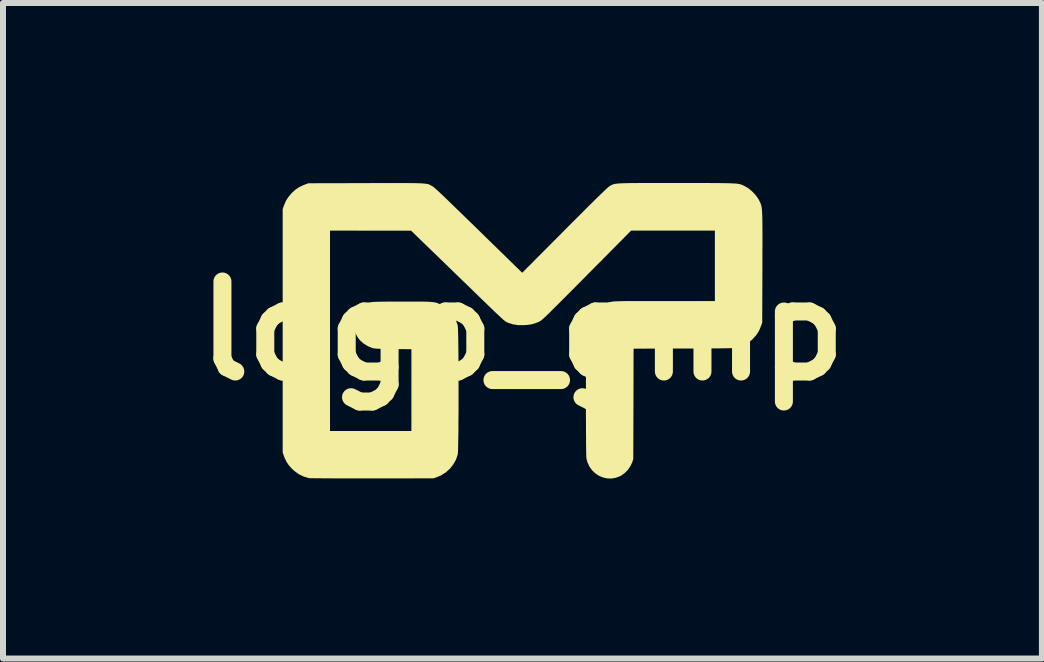
<source format=kicad_pcb>
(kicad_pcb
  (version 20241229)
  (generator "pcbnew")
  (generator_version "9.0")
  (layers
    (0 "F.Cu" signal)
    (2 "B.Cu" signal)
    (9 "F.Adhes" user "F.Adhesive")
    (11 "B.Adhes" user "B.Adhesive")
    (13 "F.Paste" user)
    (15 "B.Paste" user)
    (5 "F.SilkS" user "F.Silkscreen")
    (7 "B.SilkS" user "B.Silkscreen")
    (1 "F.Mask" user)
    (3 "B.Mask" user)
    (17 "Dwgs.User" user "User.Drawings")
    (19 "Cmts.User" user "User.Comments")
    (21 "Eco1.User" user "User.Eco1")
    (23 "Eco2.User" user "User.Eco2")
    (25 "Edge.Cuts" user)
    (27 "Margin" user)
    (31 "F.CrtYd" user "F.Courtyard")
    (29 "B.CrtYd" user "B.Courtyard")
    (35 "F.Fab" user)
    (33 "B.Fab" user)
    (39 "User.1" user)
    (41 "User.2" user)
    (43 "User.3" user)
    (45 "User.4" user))
  (footprint "logo_gmp"
    (layer "F.Cu")
    (at 5.657 2.463)
    (property "Reference" "logo_gmp" (at 0 0 0) (layer "F.SilkS") (effects (font (size 1.5 1.5) (thickness 0.3))))
    (attr board_only exclude_from_pos_files exclude_from_bom)
    (fp_poly (pts (xy 2.418 -2.463) (xy 2.568 -2.463) (xy 2.57 -2.463) (xy 2.722 -2.463) (xy 2.857 -2.463) (xy 2.978 -2.463) (xy 3.086 -2.463) (xy 3.18 -2.462) (xy 3.263 -2.462) (xy 3.335 -2.461) (xy 3.397 -2.46) (xy 3.45 -2.459) (xy 3.494 -2.457) (xy 3.532 -2.455) (xy 3.564 -2.453) (xy 3.59 -2.45) (xy 3.612 -2.446) (xy 3.631 -2.442) (xy 3.647 -2.437) (xy 3.661 -2.431) (xy 3.676 -2.425) (xy 3.69 -2.418) (xy 3.706 -2.41) (xy 3.711 -2.407) (xy 3.768 -2.373) (xy 3.825 -2.326) (xy 3.877 -2.272) (xy 3.921 -2.214) (xy 3.946 -2.171) (xy 3.954 -2.154) (xy 3.961 -2.139) (xy 3.968 -2.124) (xy 3.974 -2.108) (xy 3.979 -2.092) (xy 3.983 -2.073) (xy 3.987 -2.05) (xy 3.99 -2.024) (xy 3.993 -1.992) (xy 3.995 -1.954) (xy 3.997 -1.909) (xy 3.998 -1.856) (xy 3.999 -1.794) (xy 3.999 -1.722) (xy 4 -1.638) (xy 4 -1.543) (xy 4 -1.435) (xy 3.999 -1.313) (xy 3.999 -1.176) (xy 3.999 -1.064) (xy 3.996 -0.136) (xy 3.977 -0.083) (xy 3.958 -0.035) (xy 3.94 0.004) (xy 3.918 0.04) (xy 3.89 0.08) (xy 3.889 0.08) (xy 3.832 0.144) (xy 3.761 0.2) (xy 3.681 0.245) (xy 3.594 0.279) (xy 3.585 0.282) (xy 3.574 0.283) (xy 3.56 0.285) (xy 3.541 0.287) (xy 3.517 0.288) (xy 3.486 0.289) (xy 3.448 0.29) (xy 3.402 0.291) (xy 3.346 0.292) (xy 3.28 0.293) (xy 3.203 0.293) (xy 3.114 0.294) (xy 3.011 0.294) (xy 2.894 0.295) (xy 2.763 0.295) (xy 2.701 0.295) (xy 1.852 0.298) (xy 1.85 1.217) (xy 1.847 2.137) (xy 1.829 2.192) (xy 1.799 2.257) (xy 1.756 2.319) (xy 1.703 2.372) (xy 1.644 2.414) (xy 1.631 2.421) (xy 1.558 2.449) (xy 1.484 2.462) (xy 1.411 2.46) (xy 1.341 2.444) (xy 1.274 2.416) (xy 1.213 2.375) (xy 1.16 2.324) (xy 1.116 2.262) (xy 1.083 2.191) (xy 1.067 2.134) (xy 1.066 2.121) (xy 1.064 2.096) (xy 1.063 2.06) (xy 1.062 2.01) (xy 1.061 1.948) (xy 1.06 1.873) (xy 1.06 1.784) (xy 1.059 1.68) (xy 1.059 1.563) (xy 1.058 1.43) (xy 1.058 1.281) (xy 1.058 1.117) (xy 1.058 1.034) (xy 1.058 0.88) (xy 1.058 0.742) (xy 1.058 0.618) (xy 1.058 0.508) (xy 1.058 0.412) (xy 1.059 0.327) (xy 1.059 0.253) (xy 1.059 0.19) (xy 1.06 0.136) (xy 1.061 0.09) (xy 1.061 0.053) (xy 1.062 0.021) (xy 1.063 -0.004) (xy 1.065 -0.025) (xy 1.066 -0.042) (xy 1.068 -0.055) (xy 1.07 -0.067) (xy 1.072 -0.077) (xy 1.074 -0.086) (xy 1.1 -0.165) (xy 1.137 -0.235) (xy 1.187 -0.301) (xy 1.219 -0.335) (xy 1.284 -0.393) (xy 1.351 -0.436) (xy 1.425 -0.467) (xy 1.468 -0.48) (xy 1.479 -0.482) (xy 1.49 -0.485) (xy 1.503 -0.487) (xy 1.518 -0.488) (xy 1.537 -0.49) (xy 1.56 -0.491) (xy 1.589 -0.492) (xy 1.624 -0.493) (xy 1.667 -0.494) (xy 1.718 -0.495) (xy 1.78 -0.495) (xy 1.851 -0.495) (xy 1.935 -0.496) (xy 2.031 -0.496) (xy 2.141 -0.496) (xy 2.265 -0.496) (xy 2.369 -0.496) (xy 3.207 -0.496) (xy 3.207 -1.083) (xy 3.207 -1.67) (xy 2.509 -1.67) (xy 1.811 -1.67) (xy 1.33 -1.184) (xy 1.203 -1.057) (xy 1.088 -0.941) (xy 0.984 -0.835) (xy 0.889 -0.74) (xy 0.804 -0.654) (xy 0.728 -0.578) (xy 0.66 -0.51) (xy 0.6 -0.45) (xy 0.547 -0.397) (xy 0.501 -0.352) (xy 0.462 -0.312) (xy 0.428 -0.279) (xy 0.399 -0.251) (xy 0.374 -0.228) (xy 0.354 -0.209) (xy 0.337 -0.194) (xy 0.323 -0.183) (xy 0.312 -0.173) (xy 0.302 -0.166) (xy 0.294 -0.161) (xy 0.286 -0.157) (xy 0.279 -0.153) (xy 0.273 -0.15) (xy 0.214 -0.126) (xy 0.155 -0.109) (xy 0.091 -0.099) (xy 0.029 -0.094) (xy -0.07 -0.094) (xy -0.159 -0.108) (xy -0.237 -0.133) (xy -0.255 -0.141) (xy -0.261 -0.144) (xy -0.267 -0.147) (xy -0.272 -0.15) (xy -0.278 -0.153) (xy -0.284 -0.157) (xy -0.292 -0.163) (xy -0.302 -0.171) (xy -0.315 -0.181) (xy -0.33 -0.195) (xy -0.349 -0.212) (xy -0.371 -0.233) (xy -0.398 -0.258) (xy -0.43 -0.288) (xy -0.468 -0.324) (xy -0.511 -0.366) (xy -0.561 -0.414) (xy -0.618 -0.468) (xy -0.682 -0.53) (xy -0.754 -0.6) (xy -0.835 -0.679) (xy -0.924 -0.766) (xy -1.024 -0.862) (xy -1.133 -0.968) (xy -1.252 -1.084) (xy -1.383 -1.211) (xy -1.484 -1.308) (xy -1.856 -1.669) (xy -2.531 -1.669) (xy -3.207 -1.67) (xy -3.207 0) (xy -3.207 1.67) (xy -2.529 1.67) (xy -1.851 1.67) (xy -1.851 0.989) (xy -1.851 0.307) (xy -2.155 0.304) (xy -2.237 0.303) (xy -2.303 0.302) (xy -2.357 0.3) (xy -2.4 0.299) (xy -2.433 0.297) (xy -2.458 0.295) (xy -2.478 0.292) (xy -2.494 0.289) (xy -2.504 0.286) (xy -2.583 0.253) (xy -2.651 0.21) (xy -2.709 0.157) (xy -2.754 0.097) (xy -2.786 0.03) (xy -2.804 -0.042) (xy -2.807 -0.117) (xy -2.802 -0.156) (xy -2.782 -0.23) (xy -2.748 -0.299) (xy -2.702 -0.36) (xy -2.645 -0.411) (xy -2.581 -0.451) (xy -2.511 -0.477) (xy -2.504 -0.479) (xy -2.487 -0.481) (xy -2.455 -0.482) (xy -2.409 -0.484) (xy -2.349 -0.485) (xy -2.276 -0.486) (xy -2.192 -0.487) (xy -2.097 -0.487) (xy -1.992 -0.487) (xy -1.992 -0.487) (xy -1.885 -0.487) (xy -1.793 -0.487) (xy -1.715 -0.487) (xy -1.649 -0.486) (xy -1.594 -0.485) (xy -1.548 -0.483) (xy -1.51 -0.48) (xy -1.479 -0.476) (xy -1.452 -0.472) (xy -1.429 -0.466) (xy -1.408 -0.458) (xy -1.388 -0.45) (xy -1.367 -0.439) (xy -1.344 -0.428) (xy -1.273 -0.382) (xy -1.208 -0.324) (xy -1.154 -0.256) (xy -1.111 -0.181) (xy -1.082 -0.102) (xy -1.079 -0.09) (xy -1.077 -0.073) (xy -1.075 -0.041) (xy -1.073 0.006) (xy -1.072 0.065) (xy -1.07 0.135) (xy -1.069 0.216) (xy -1.068 0.306) (xy -1.067 0.403) (xy -1.066 0.507) (xy -1.066 0.616) (xy -1.065 0.73) (xy -1.065 0.845) (xy -1.065 0.963) (xy -1.065 1.081) (xy -1.065 1.197) (xy -1.065 1.312) (xy -1.066 1.423) (xy -1.067 1.529) (xy -1.067 1.629) (xy -1.068 1.722) (xy -1.07 1.806) (xy -1.071 1.881) (xy -1.072 1.945) (xy -1.074 1.996) (xy -1.076 2.034) (xy -1.078 2.057) (xy -1.079 2.063) (xy -1.109 2.15) (xy -1.154 2.229) (xy -1.211 2.3) (xy -1.279 2.361) (xy -1.357 2.41) (xy -1.43 2.441) (xy -1.484 2.459) (xy -2.504 2.46) (xy -2.634 2.46) (xy -2.759 2.46) (xy -2.878 2.46) (xy -2.992 2.46) (xy -3.098 2.46) (xy -3.196 2.459) (xy -3.284 2.459) (xy -3.362 2.458) (xy -3.428 2.458) (xy -3.482 2.457) (xy -3.523 2.456) (xy -3.549 2.456) (xy -3.558 2.455) (xy -3.647 2.429) (xy -3.729 2.389) (xy -3.804 2.334) (xy -3.839 2.302) (xy -3.892 2.243) (xy -3.933 2.182) (xy -3.966 2.113) (xy -3.974 2.09) (xy -3.996 2.029) (xy -3.996 0) (xy -3.996 -2.029) (xy -3.974 -2.09) (xy -3.943 -2.163) (xy -3.905 -2.225) (xy -3.856 -2.284) (xy -3.839 -2.302) (xy -3.78 -2.355) (xy -3.719 -2.395) (xy -3.65 -2.428) (xy -3.627 -2.437) (xy -3.567 -2.459) (xy -2.61 -2.461) (xy -2.46 -2.462) (xy -2.325 -2.462) (xy -2.205 -2.462) (xy -2.099 -2.462) (xy -2.005 -2.462) (xy -1.924 -2.462) (xy -1.853 -2.461) (xy -1.792 -2.461) (xy -1.741 -2.459) (xy -1.697 -2.458) (xy -1.661 -2.456) (xy -1.631 -2.453) (xy -1.606 -2.45) (xy -1.586 -2.447) (xy -1.569 -2.443) (xy -1.555 -2.438) (xy -1.543 -2.432) (xy -1.531 -2.426) (xy -1.519 -2.419) (xy -1.505 -2.412) (xy -1.504 -2.411) (xy -1.497 -2.407) (xy -1.489 -2.401) (xy -1.478 -2.393) (xy -1.466 -2.383) (xy -1.451 -2.37) (xy -1.432 -2.353) (xy -1.409 -2.332) (xy -1.382 -2.307) (xy -1.35 -2.277) (xy -1.312 -2.241) (xy -1.268 -2.199) (xy -1.218 -2.15) (xy -1.16 -2.094) (xy -1.095 -2.031) (xy -1.021 -1.959) (xy -0.938 -1.878) (xy -0.845 -1.788) (xy -0.743 -1.689) (xy -0.63 -1.578) (xy -0.506 -1.457) (xy -0.472 -1.424) (xy -0.004 -0.967) (xy 0.707 -1.681) (xy 0.819 -1.794) (xy 0.921 -1.895) (xy 1.012 -1.986) (xy 1.092 -2.067) (xy 1.164 -2.137) (xy 1.226 -2.199) (xy 1.28 -2.252) (xy 1.326 -2.296) (xy 1.364 -2.333) (xy 1.395 -2.362) (xy 1.42 -2.385) (xy 1.439 -2.401) (xy 1.452 -2.411) (xy 1.459 -2.416) (xy 1.473 -2.423) (xy 1.485 -2.429) (xy 1.497 -2.435) (xy 1.509 -2.44) (xy 1.524 -2.444) (xy 1.541 -2.448) (xy 1.561 -2.451) (xy 1.586 -2.454) (xy 1.616 -2.456) (xy 1.653 -2.458) (xy 1.696 -2.459) (xy 1.748 -2.461) (xy 1.809 -2.462) (xy 1.88 -2.462) (xy 1.962 -2.463) (xy 2.056 -2.463) (xy 2.162 -2.463) (xy 2.283 -2.463)) (stroke (width 0) (type solid)) (fill yes) (layer "F.SilkS")))
  (gr_rect
    (start -3 -3)
    (end 14.314 7.925)
    (stroke (width 0.1) (type default))
    (fill no)
    (layer "Edge.Cuts")))
</source>
